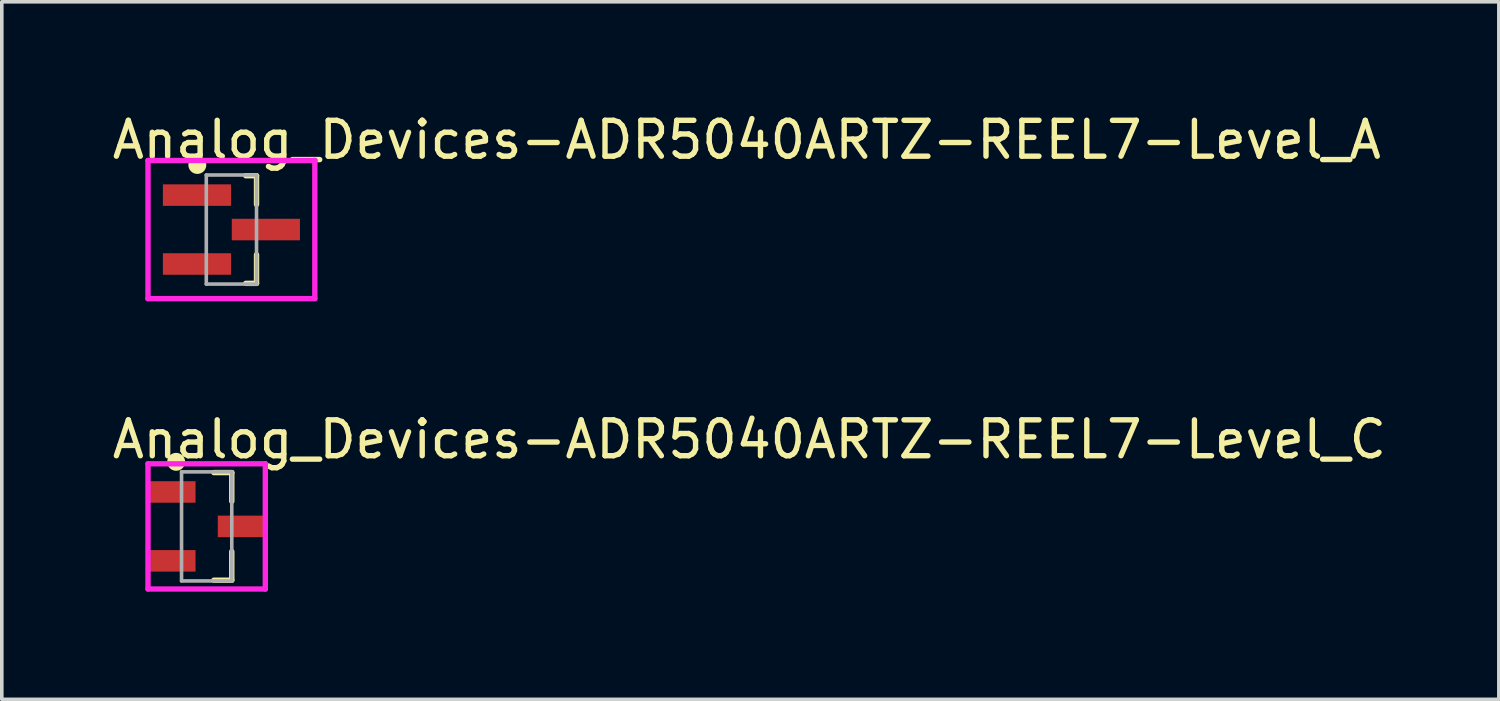
<source format=kicad_pcb>
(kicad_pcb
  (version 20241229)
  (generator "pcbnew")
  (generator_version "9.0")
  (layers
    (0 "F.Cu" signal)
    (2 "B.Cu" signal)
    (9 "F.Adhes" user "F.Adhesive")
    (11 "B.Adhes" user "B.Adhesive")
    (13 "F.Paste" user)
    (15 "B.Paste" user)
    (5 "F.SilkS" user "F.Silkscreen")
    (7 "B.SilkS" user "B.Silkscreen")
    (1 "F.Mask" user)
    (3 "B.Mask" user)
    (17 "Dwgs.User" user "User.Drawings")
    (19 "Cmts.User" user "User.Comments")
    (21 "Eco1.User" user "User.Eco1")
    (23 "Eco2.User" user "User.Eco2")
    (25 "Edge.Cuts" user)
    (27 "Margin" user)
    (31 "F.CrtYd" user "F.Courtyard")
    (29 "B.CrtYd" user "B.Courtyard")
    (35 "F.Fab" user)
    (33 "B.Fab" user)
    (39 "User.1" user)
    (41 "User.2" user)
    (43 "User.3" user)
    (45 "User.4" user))
  (footprint "Analog_Devices-ADR5040ARTZ-REEL7-Level_C"
    (layer "F.Cu")
    (at 2.71 11.622)
    (property "Reference" "Analog_Devices-ADR5040ARTZ-REEL7-Level_C" (at -2.71 -2.425 0) (layer "F.SilkS") (effects (font (size 1 1) (thickness 0.15)) (justify left)))
    (attr through_hole)
    (fp_line (start 0.2 -1.5) (end 0.7 -1.5) (stroke (width 0.15) (type solid)) (layer "F.SilkS"))
    (fp_line (start 0.2 1.5) (end 0.7 1.5) (stroke (width 0.15) (type solid)) (layer "F.SilkS"))
    (fp_line (start 0.7 -0.7) (end 0.7 -1.5) (stroke (width 0.15) (type solid)) (layer "F.SilkS"))
    (fp_line (start 0.7 1.5) (end 0.7 0.7) (stroke (width 0.15) (type solid)) (layer "F.SilkS"))
    (fp_circle (center -0.85 -1.8) (end -0.725 -1.8) (stroke (width 0.25) (type solid)) (fill no) (layer "F.SilkS"))
    (fp_line (start -1.635 -1.745) (end -1.635 1.745) (stroke (width 0.15) (type solid)) (layer "F.CrtYd"))
    (fp_line (start -1.635 1.745) (end 1.635 1.745) (stroke (width 0.15) (type solid)) (layer "F.CrtYd"))
    (fp_line (start 1.635 -1.745) (end -1.635 -1.745) (stroke (width 0.15) (type solid)) (layer "F.CrtYd"))
    (fp_line (start 1.635 -1.745) (end 1.635 -1.745) (stroke (width 0.15) (type solid)) (layer "F.CrtYd"))
    (fp_line (start 1.635 1.745) (end 1.635 -1.745) (stroke (width 0.15) (type solid)) (layer "F.CrtYd"))
    (fp_line (start -0.7 -1.52) (end 0.7 -1.52) (stroke (width 0.1) (type solid)) (layer "F.Fab"))
    (fp_line (start -0.7 1.52) (end -0.7 -1.52) (stroke (width 0.1) (type solid)) (layer "F.Fab"))
    (fp_line (start -0.7 1.52) (end 0.7 1.52) (stroke (width 0.1) (type solid)) (layer "F.Fab"))
    (fp_line (start 0.7 1.52) (end 0.7 -1.52) (stroke (width 0.1) (type solid)) (layer "F.Fab"))
    (pad "1" smd rect (at -0.96 -0.96 270) (size 0.6 1.3) (layers "F.Cu" "F.Mask" "F.Paste"))
    (pad "2" smd rect (at -0.96 0.96 270) (size 0.6 1.3) (layers "F.Cu" "F.Mask" "F.Paste"))
    (pad "3" smd rect (at 0.96 -0.000001 270) (size 0.6 1.3) (layers "F.Cu" "F.Mask" "F.Paste")))
  (footprint "Analog_Devices-ADR5040ARTZ-REEL7-Level_A"
    (layer "F.Cu")
    (at 3.4 3.348)
    (property "Reference" "Analog_Devices-ADR5040ARTZ-REEL7-Level_A" (at -3.4 -2.5 0) (layer "F.SilkS") (effects (font (size 1 1) (thickness 0.15)) (justify left)))
    (attr through_hole)
    (fp_line (start 0.4 -1.5) (end 0.7 -1.5) (stroke (width 0.15) (type solid)) (layer "F.SilkS"))
    (fp_line (start 0.4 1.5) (end 0.7 1.5) (stroke (width 0.15) (type solid)) (layer "F.SilkS"))
    (fp_line (start 0.7 -0.7) (end 0.7 -1.5) (stroke (width 0.15) (type solid)) (layer "F.SilkS"))
    (fp_line (start 0.7 1.5) (end 0.7 0.7) (stroke (width 0.15) (type solid)) (layer "F.SilkS"))
    (fp_circle (center -0.95 -1.8) (end -0.825 -1.8) (stroke (width 0.25) (type solid)) (fill no) (layer "F.SilkS"))
    (fp_line (start -2.325 -1.925) (end -2.325 1.925) (stroke (width 0.15) (type solid)) (layer "F.CrtYd"))
    (fp_line (start -2.325 1.925) (end 2.325 1.925) (stroke (width 0.15) (type solid)) (layer "F.CrtYd"))
    (fp_line (start 2.325 -1.925) (end -2.325 -1.925) (stroke (width 0.15) (type solid)) (layer "F.CrtYd"))
    (fp_line (start 2.325 -1.925) (end 2.325 -1.925) (stroke (width 0.15) (type solid)) (layer "F.CrtYd"))
    (fp_line (start 2.325 1.925) (end 2.325 -1.925) (stroke (width 0.15) (type solid)) (layer "F.CrtYd"))
    (fp_line (start -0.7 -1.52) (end 0.7 -1.52) (stroke (width 0.1) (type solid)) (layer "F.Fab"))
    (fp_line (start -0.7 1.52) (end -0.7 -1.52) (stroke (width 0.1) (type solid)) (layer "F.Fab"))
    (fp_line (start -0.7 1.52) (end 0.7 1.52) (stroke (width 0.1) (type solid)) (layer "F.Fab"))
    (fp_line (start 0.7 1.52) (end 0.7 -1.52) (stroke (width 0.1) (type solid)) (layer "F.Fab"))
    (pad "1" smd rect (at -0.96 -0.96 270) (size 0.6 1.9) (layers "F.Cu" "F.Mask" "F.Paste"))
    (pad "2" smd rect (at -0.96 0.96 270) (size 0.6 1.9) (layers "F.Cu" "F.Mask" "F.Paste"))
    (pad "3" smd rect (at 0.96 -0.000001 270) (size 0.6 1.9) (layers "F.Cu" "F.Mask" "F.Paste")))
  (gr_rect
    (start -3 -3)
    (end 38.726 16.442)
    (stroke (width 0.1) (type default))
    (fill no)
    (layer "Edge.Cuts")))
</source>
